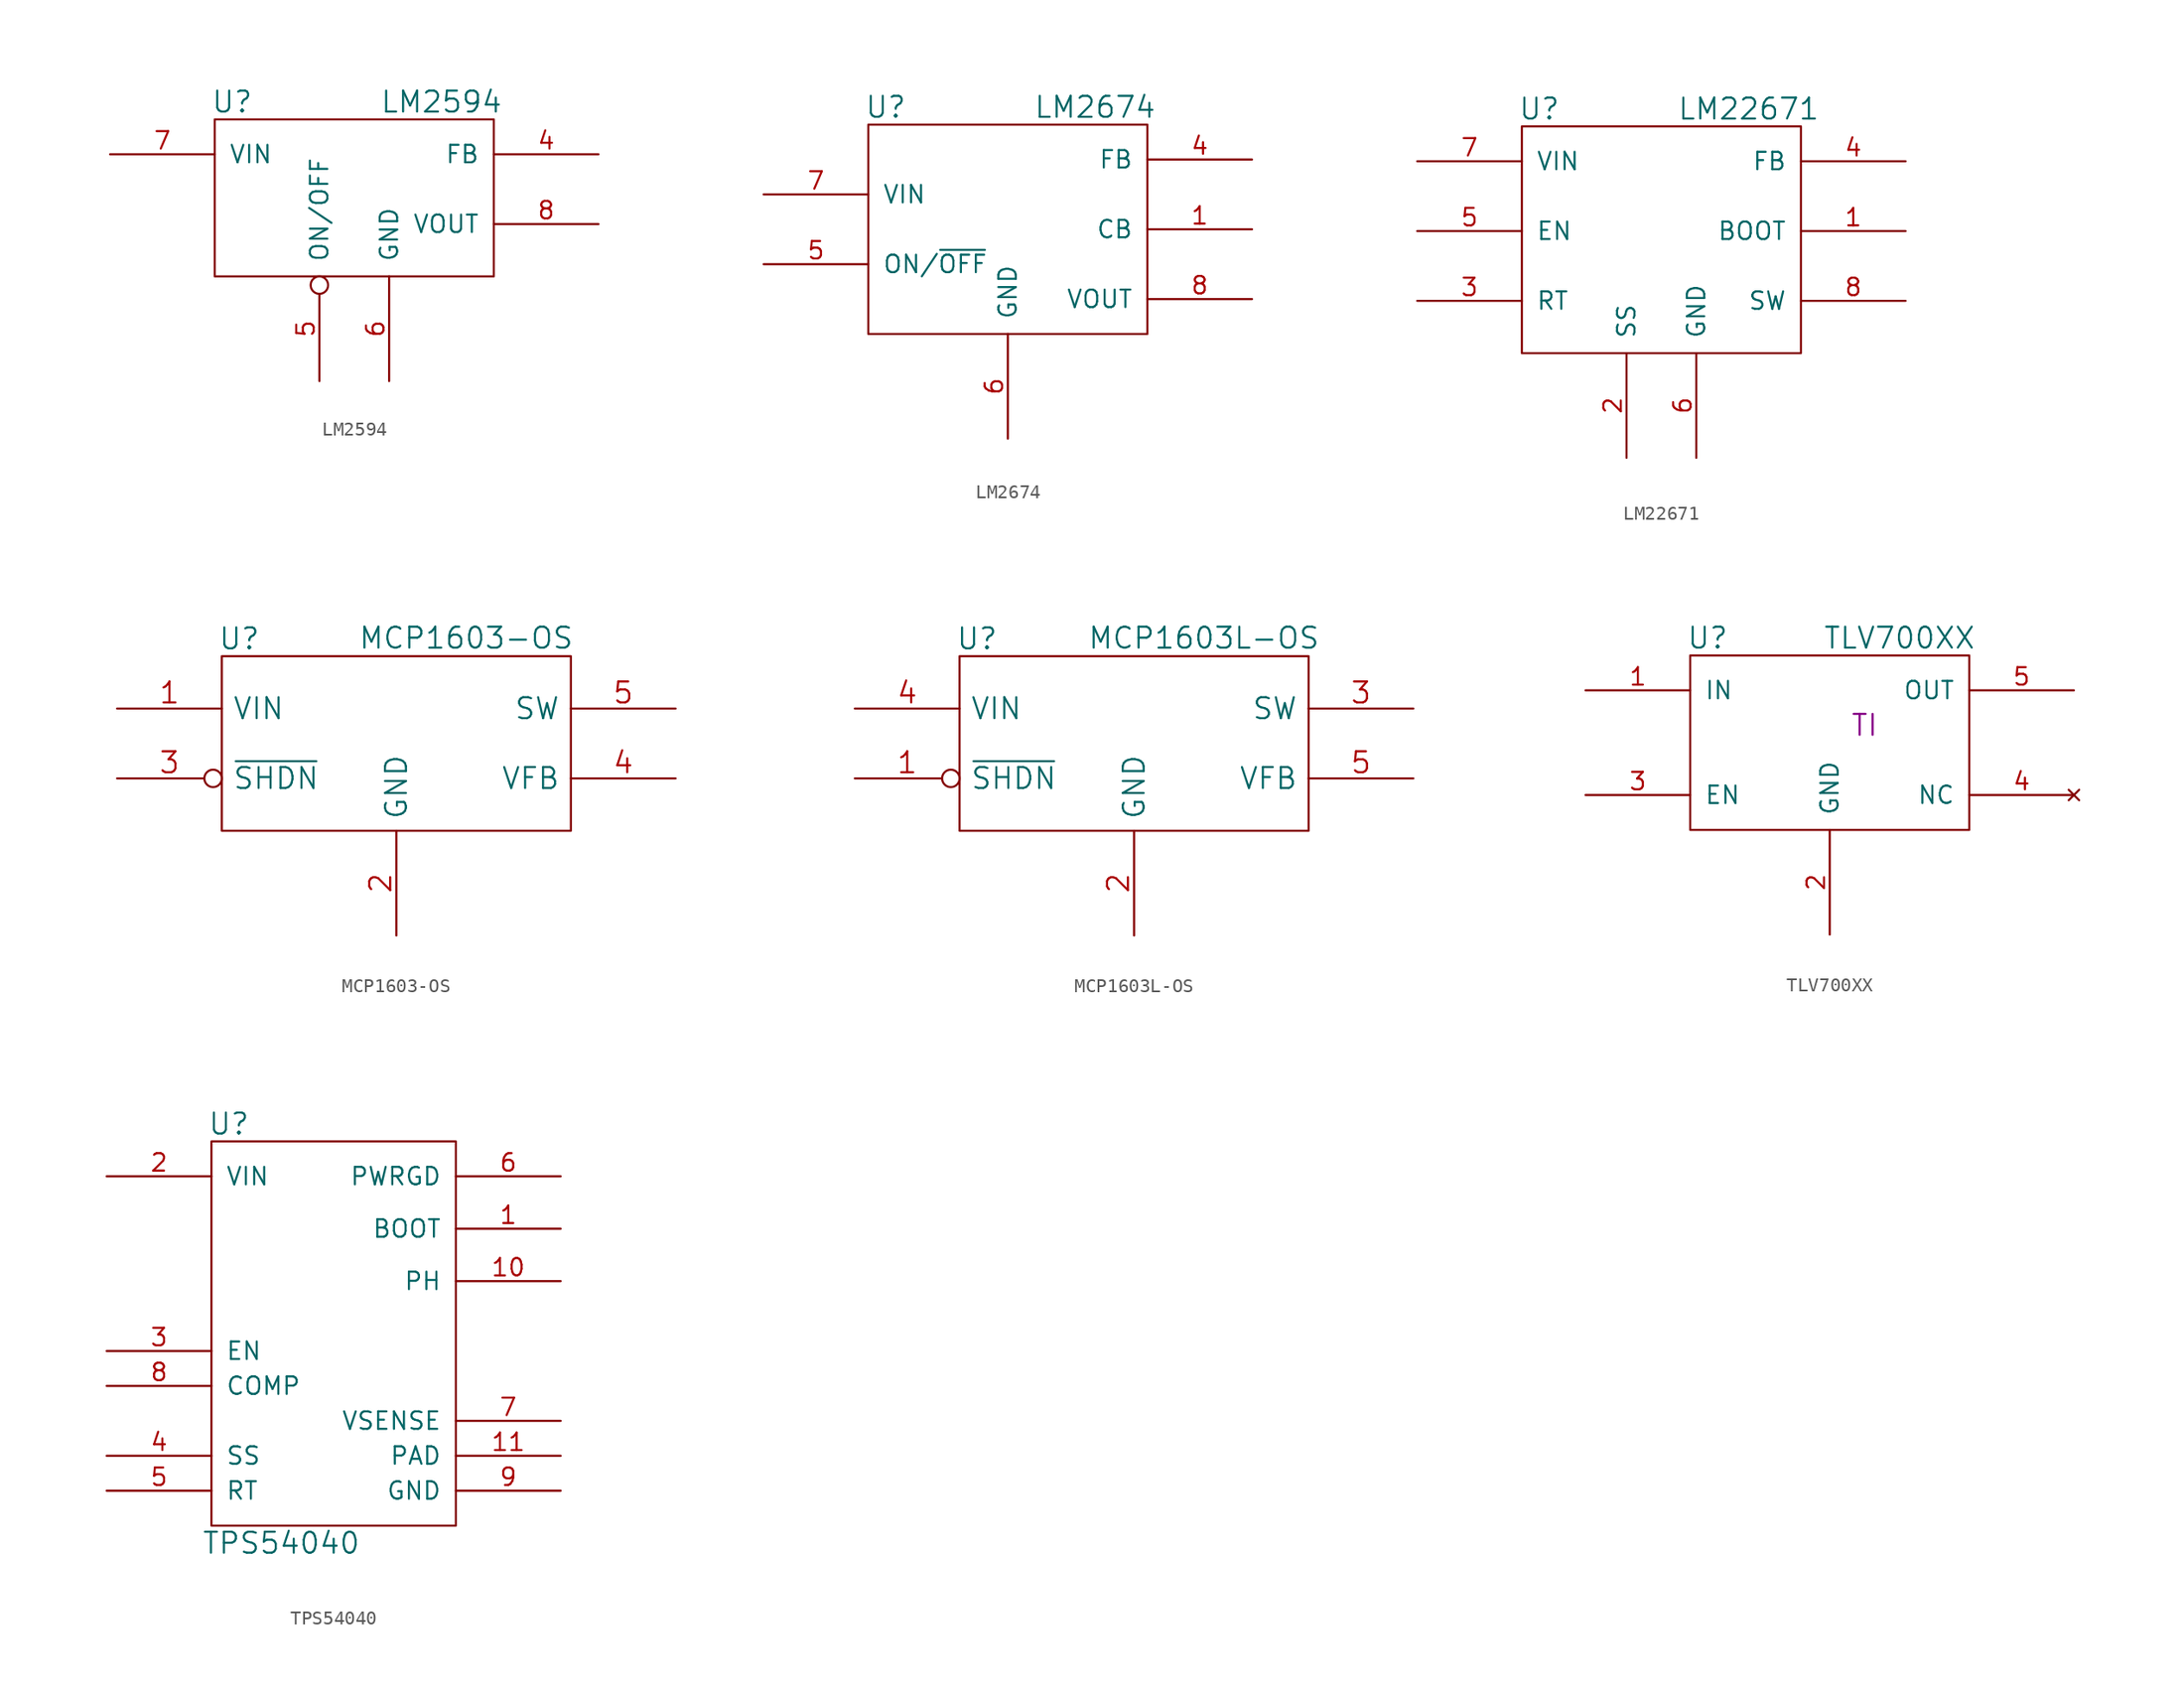
<source format=kicad_sym>
(kicad_symbol_lib
  (version 20211014)
  (generator kicad_symbol_editor)
  (symbol "LM2594"
    (pin_names
      (offset 1.016))
    (property "Reference" "U"
      (at -8.89 6.35 0)
      (effects (font (size 1.524 1.524))))
    (property "Value" "LM2594"
      (at 6.35 6.35 0)
      (effects (font (size 1.524 1.524))))
    (symbol "LM2594_0_1"
      (rectangle (start -10.16 5.08) (end 10.16 -6.35) (stroke (width 0) (type default) (color 0 0 0 0)) (fill (type none))))
    (symbol "LM2594_1_1"
      (pin input line (at 17.78 2.54 180) (length 7.62) (name "FB" (effects (font (size 1.27 1.27)))) (number "4" (effects (font (size 1.27 1.27)))))
      (pin input inverted (at -2.54 -13.97 90) (length 7.62) (name "ON/OFF" (effects (font (size 1.27 1.27)))) (number "5" (effects (font (size 1.27 1.27)))))
      (pin power_in line (at 2.54 -13.97 90) (length 7.62) (name "GND" (effects (font (size 1.27 1.27)))) (number "6" (effects (font (size 1.27 1.27)))))
      (pin power_in line (at -17.78 2.54 0) (length 7.62) (name "VIN" (effects (font (size 1.27 1.27)))) (number "7" (effects (font (size 1.27 1.27)))))
      (pin power_out line (at 17.78 -2.54 180) (length 7.62) (name "VOUT" (effects (font (size 1.27 1.27)))) (number "8" (effects (font (size 1.27 1.27)))))))
  (symbol "LM2674"
    (pin_names
      (offset 1.016))
    (property "Reference" "U"
      (at -8.89 8.89 0)
      (effects (font (size 1.524 1.524))))
    (property "Value" "LM2674"
      (at 6.35 8.89 0)
      (effects (font (size 1.524 1.524))))
    (symbol "LM2674_0_1"
      (rectangle (start -10.16 7.62) (end 10.16 -7.62) (stroke (width 0) (type default) (color 0 0 0 0)) (fill (type none))))
    (symbol "LM2674_1_1"
      (pin passive line (at 17.78 0 180) (length 7.62) (name "CB" (effects (font (size 1.27 1.27)))) (number "1" (effects (font (size 1.27 1.27)))))
      (pin input line (at 17.78 5.08 180) (length 7.62) (name "FB" (effects (font (size 1.27 1.27)))) (number "4" (effects (font (size 1.27 1.27)))))
      (pin input line (at -17.78 -2.54 0) (length 7.62) (name "ON/~{OFF}" (effects (font (size 1.27 1.27)))) (number "5" (effects (font (size 1.27 1.27)))))
      (pin power_in line (at 0 -15.24 90) (length 7.62) (name "GND" (effects (font (size 1.27 1.27)))) (number "6" (effects (font (size 1.27 1.27)))))
      (pin power_in line (at -17.78 2.54 0) (length 7.62) (name "VIN" (effects (font (size 1.27 1.27)))) (number "7" (effects (font (size 1.27 1.27)))))
      (pin power_out line (at 17.78 -5.08 180) (length 7.62) (name "VOUT" (effects (font (size 1.27 1.27)))) (number "8" (effects (font (size 1.27 1.27)))))))
  (symbol "LM22671"
    (pin_names
      (offset 1.016))
    (property "Reference" "U"
      (at -8.89 8.89 0)
      (effects (font (size 1.524 1.524))))
    (property "Value" "LM22671"
      (at 6.35 8.89 0)
      (effects (font (size 1.524 1.524))))
    (symbol "LM22671_0_1"
      (rectangle (start -10.16 7.62) (end 10.16 -8.89) (stroke (width 0) (type default) (color 0 0 0 0)) (fill (type none))))
    (symbol "LM22671_1_1"
      (pin passive line (at 17.78 0 180) (length 7.62) (name "BOOT" (effects (font (size 1.27 1.27)))) (number "1" (effects (font (size 1.27 1.27)))))
      (pin passive line (at -2.54 -16.51 90) (length 7.62) (name "SS" (effects (font (size 1.27 1.27)))) (number "2" (effects (font (size 1.27 1.27)))))
      (pin passive line (at -17.78 -5.08 0) (length 7.62) (name "RT" (effects (font (size 1.27 1.27)))) (number "3" (effects (font (size 1.27 1.27)))))
      (pin input line (at 17.78 5.08 180) (length 7.62) (name "FB" (effects (font (size 1.27 1.27)))) (number "4" (effects (font (size 1.27 1.27)))))
      (pin input line (at -17.78 0 0) (length 7.62) (name "EN" (effects (font (size 1.27 1.27)))) (number "5" (effects (font (size 1.27 1.27)))))
      (pin power_in line (at 2.54 -16.51 90) (length 7.62) (name "GND" (effects (font (size 1.27 1.27)))) (number "6" (effects (font (size 1.27 1.27)))))
      (pin power_in line (at -17.78 5.08 0) (length 7.62) (name "VIN" (effects (font (size 1.27 1.27)))) (number "7" (effects (font (size 1.27 1.27)))))
      (pin power_out line (at 17.78 -5.08 180) (length 7.62) (name "SW" (effects (font (size 1.27 1.27)))) (number "8" (effects (font (size 1.27 1.27)))))))
  (symbol "MCP1603-OS"
    (pin_names
      (offset 0.762))
    (property "Reference" "U"
      (at -11.43 7.62 0)
      (effects (font (size 1.524 1.524))))
    (property "Value" "MCP1603-OS"
      (at 5.08 7.671 0)
      (effects (font (size 1.524 1.524))))
    (symbol "MCP1603-OS_0_1"
      (rectangle (start -12.7 -6.35) (end 12.7 6.35) (stroke (width 0) (type default) (color 0 0 0 0)) (fill (type none))))
    (symbol "MCP1603-OS_1_1"
      (pin power_in line (at -20.32 2.54 0) (length 7.62) (name "VIN" (effects (font (size 1.524 1.524)))) (number "1" (effects (font (size 1.524 1.524)))))
      (pin power_in line (at 0 -13.97 90) (length 7.62) (name "GND" (effects (font (size 1.524 1.524)))) (number "2" (effects (font (size 1.524 1.524)))))
      (pin input inverted (at -20.32 -2.54 0) (length 7.62) (name "~{SHDN}" (effects (font (size 1.524 1.524)))) (number "3" (effects (font (size 1.524 1.524)))))
      (pin input line (at 20.32 -2.54 180) (length 7.62) (name "VFB" (effects (font (size 1.524 1.524)))) (number "4" (effects (font (size 1.524 1.524)))))
      (pin power_out line (at 20.32 2.54 180) (length 7.62) (name "SW" (effects (font (size 1.524 1.524)))) (number "5" (effects (font (size 1.524 1.524)))))))
  (symbol "MCP1603L-OS"
    (pin_names
      (offset 0.762))
    (property "Reference" "U"
      (at -11.43 7.62 0)
      (effects (font (size 1.524 1.524))))
    (property "Value" "MCP1603L-OS"
      (at 5.08 7.671 0)
      (effects (font (size 1.524 1.524))))
    (symbol "MCP1603L-OS_0_1"
      (rectangle (start -12.7 -6.35) (end 12.7 6.35) (stroke (width 0) (type default) (color 0 0 0 0)) (fill (type none))))
    (symbol "MCP1603L-OS_1_1"
      (pin input inverted (at -20.32 -2.54 0) (length 7.62) (name "~{SHDN}" (effects (font (size 1.524 1.524)))) (number "1" (effects (font (size 1.524 1.524)))))
      (pin power_in line (at 0 -13.97 90) (length 7.62) (name "GND" (effects (font (size 1.524 1.524)))) (number "2" (effects (font (size 1.524 1.524)))))
      (pin power_out line (at 20.32 2.54 180) (length 7.62) (name "SW" (effects (font (size 1.524 1.524)))) (number "3" (effects (font (size 1.524 1.524)))))
      (pin power_in line (at -20.32 2.54 0) (length 7.62) (name "VIN" (effects (font (size 1.524 1.524)))) (number "4" (effects (font (size 1.524 1.524)))))
      (pin input line (at 20.32 -2.54 180) (length 7.62) (name "VFB" (effects (font (size 1.524 1.524)))) (number "5" (effects (font (size 1.524 1.524)))))))
  (symbol "TLV700XX"
    (pin_names
      (offset 1.016))
    (property "Reference" "U"
      (at -8.89 7.62 0)
      (effects (font (size 1.524 1.524))))
    (property "Value" "TLV700XX"
      (at 5.08 7.62 0)
      (effects (font (size 1.524 1.524))))
    (property "Manufacturer" "TI"
      (at 2.54 1.27 0)
      (effects (font (size 1.524 1.524))))
    (symbol "TLV700XX_0_1"
      (rectangle (start -10.16 6.35) (end 10.16 -6.35) (stroke (width 0) (type default) (color 0 0 0 0)) (fill (type none))))
    (symbol "TLV700XX_1_1"
      (pin power_in line (at -17.78 3.81 0) (length 7.62) (name "IN" (effects (font (size 1.27 1.27)))) (number "1" (effects (font (size 1.27 1.27)))))
      (pin power_in line (at 0 -13.97 90) (length 7.62) (name "GND" (effects (font (size 1.27 1.27)))) (number "2" (effects (font (size 1.27 1.27)))))
      (pin input line (at -17.78 -3.81 0) (length 7.62) (name "EN" (effects (font (size 1.27 1.27)))) (number "3" (effects (font (size 1.27 1.27)))))
      (pin no_connect line (at 17.78 -3.81 180) (length 7.62) (name "NC" (effects (font (size 1.27 1.27)))) (number "4" (effects (font (size 1.27 1.27)))))
      (pin power_out line (at 17.78 3.81 180) (length 7.62) (name "OUT" (effects (font (size 1.27 1.27)))) (number "5" (effects (font (size 1.27 1.27)))))))
  (symbol "TPS54040"
    (pin_names
      (offset 1.016))
    (property "Reference" "U"
      (at -7.62 15.24 0)
      (effects (font (size 1.524 1.524))))
    (property "Value" "TPS54040"
      (at -3.81 -15.24 0)
      (effects (font (size 1.524 1.524))))
    (symbol "TPS54040_0_1"
      (rectangle (start -8.89 13.97) (end 8.89 -13.97) (stroke (width 0) (type default) (color 0 0 0 0)) (fill (type none))))
    (symbol "TPS54040_1_1"
      (pin passive line (at 16.51 7.62 180) (length 7.62) (name "BOOT" (effects (font (size 1.27 1.27)))) (number "1" (effects (font (size 1.27 1.27)))))
      (pin power_out line (at 16.51 3.81 180) (length 7.62) (name "PH" (effects (font (size 1.27 1.27)))) (number "10" (effects (font (size 1.27 1.27)))))
      (pin power_in line (at 16.51 -8.89 180) (length 7.62) (name "PAD" (effects (font (size 1.27 1.27)))) (number "11" (effects (font (size 1.27 1.27)))))
      (pin power_in line (at -16.51 11.43 0) (length 7.62) (name "VIN" (effects (font (size 1.27 1.27)))) (number "2" (effects (font (size 1.27 1.27)))))
      (pin input line (at -16.51 -1.27 0) (length 7.62) (name "EN" (effects (font (size 1.27 1.27)))) (number "3" (effects (font (size 1.27 1.27)))))
      (pin passive line (at -16.51 -8.89 0) (length 7.62) (name "SS" (effects (font (size 1.27 1.27)))) (number "4" (effects (font (size 1.27 1.27)))))
      (pin passive line (at -16.51 -11.43 0) (length 7.62) (name "RT" (effects (font (size 1.27 1.27)))) (number "5" (effects (font (size 1.27 1.27)))))
      (pin open_collector line (at 16.51 11.43 180) (length 7.62) (name "PWRGD" (effects (font (size 1.27 1.27)))) (number "6" (effects (font (size 1.27 1.27)))))
      (pin input line (at 16.51 -6.35 180) (length 7.62) (name "VSENSE" (effects (font (size 1.27 1.27)))) (number "7" (effects (font (size 1.27 1.27)))))
      (pin passive line (at -16.51 -3.81 0) (length 7.62) (name "COMP" (effects (font (size 1.27 1.27)))) (number "8" (effects (font (size 1.27 1.27)))))
      (pin power_in line (at 16.51 -11.43 180) (length 7.62) (name "GND" (effects (font (size 1.27 1.27)))) (number "9" (effects (font (size 1.27 1.27))))))))
</source>
